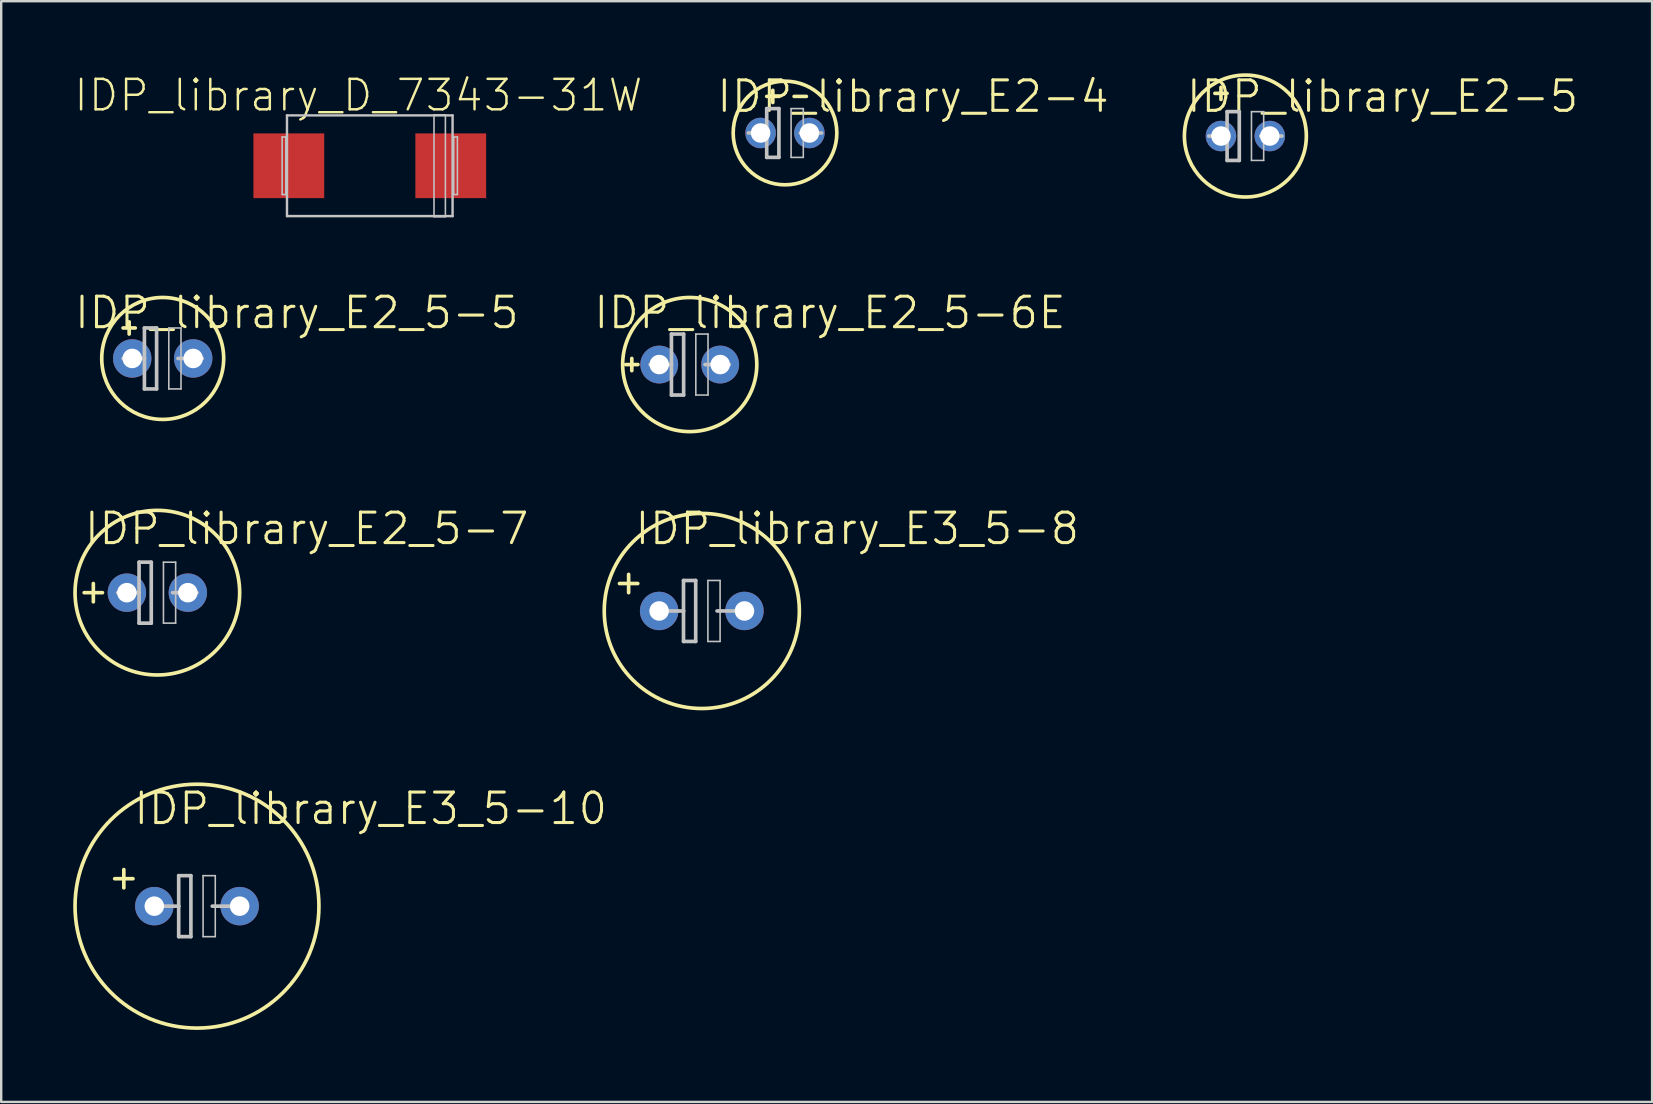
<source format=kicad_pcb>
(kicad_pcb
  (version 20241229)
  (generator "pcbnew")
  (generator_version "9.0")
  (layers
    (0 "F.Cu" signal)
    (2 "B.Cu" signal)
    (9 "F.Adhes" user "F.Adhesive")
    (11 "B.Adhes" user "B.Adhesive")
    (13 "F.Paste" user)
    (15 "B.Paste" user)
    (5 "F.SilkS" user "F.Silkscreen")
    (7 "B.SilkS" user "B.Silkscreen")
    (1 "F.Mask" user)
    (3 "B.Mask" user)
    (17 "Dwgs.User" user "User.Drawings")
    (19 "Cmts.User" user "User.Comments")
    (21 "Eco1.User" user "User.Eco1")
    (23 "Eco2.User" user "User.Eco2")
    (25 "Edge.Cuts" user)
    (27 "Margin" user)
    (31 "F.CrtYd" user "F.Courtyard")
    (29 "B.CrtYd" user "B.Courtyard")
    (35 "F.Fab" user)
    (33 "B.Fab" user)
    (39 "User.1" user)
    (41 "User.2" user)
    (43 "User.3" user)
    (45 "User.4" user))
  (footprint "IDP_library_E2-5"
    (layer "F.Cu")
    (at 48.829 2.617)
    (property "Reference" "IDP_library_E2-5" (at 5.715 -1.651 0) (layer "F.SilkS") (effects (font (size 1.27 1.27) (thickness 0.127))))
    (attr exclude_from_pos_files exclude_from_bom)
    (fp_line (start -1.27 -1.778) (end -0.762 -1.778) (stroke (width 0.152) (type solid)) (layer "F.SilkS"))
    (fp_line (start -1.016 -1.524) (end -1.016 -2.032) (stroke (width 0.152) (type solid)) (layer "F.SilkS"))
    (fp_circle (center 0 0) (end 0 -2.54) (stroke (width 0.152) (type solid)) (fill no) (layer "F.SilkS"))
    (fp_line (start -1.524 0) (end -0.762 0) (stroke (width 0.152) (type solid)) (layer "Dwgs.User"))
    (fp_line (start -0.762 -1.016) (end -0.762 0) (stroke (width 0.152) (type solid)) (layer "Dwgs.User"))
    (fp_line (start -0.762 0) (end -0.762 1.016) (stroke (width 0.152) (type solid)) (layer "Dwgs.User"))
    (fp_line (start -0.762 1.016) (end -0.254 1.016) (stroke (width 0.152) (type solid)) (layer "Dwgs.User"))
    (fp_line (start -0.254 -1.016) (end -0.762 -1.016) (stroke (width 0.152) (type solid)) (layer "Dwgs.User"))
    (fp_line (start -0.254 1.016) (end -0.254 -1.016) (stroke (width 0.152) (type solid)) (layer "Dwgs.User"))
    (fp_line (start 0.254 -1.016) (end 0.762 -1.016) (stroke (width 0.066) (type solid)) (layer "Dwgs.User"))
    (fp_line (start 0.254 1.016) (end 0.254 -1.016) (stroke (width 0.066) (type solid)) (layer "Dwgs.User"))
    (fp_line (start 0.254 1.016) (end 0.762 1.016) (stroke (width 0.066) (type solid)) (layer "Dwgs.User"))
    (fp_line (start 0.635 0) (end 1.524 0) (stroke (width 0.152) (type solid)) (layer "Dwgs.User"))
    (fp_line (start 0.762 1.016) (end 0.762 -1.016) (stroke (width 0.066) (type solid)) (layer "Dwgs.User"))
    (pad "+" thru_hole circle (at -1.016 0) (size 1.27 1.27) (drill 0.813) (layers "*.Cu" "*.Paste" "*.Mask"))
    (pad "-" thru_hole circle (at 1.016 0) (size 1.27 1.27) (drill 0.813) (layers "*.Cu" "*.Paste" "*.Mask")))
  (footprint "IDP_library_E2_5-6E"
    (layer "F.Cu")
    (at 25.682 12.136)
    (property "Reference" "IDP_library_E2_5-6E" (at 5.842 -2.159 0) (layer "F.SilkS") (effects (font (size 1.27 1.27) (thickness 0.127))))
    (attr exclude_from_pos_files exclude_from_bom)
    (fp_line (start -2.413 0.254) (end -2.413 -0.254) (stroke (width 0.152) (type solid)) (layer "F.SilkS"))
    (fp_line (start -2.159 0) (end -2.667 0) (stroke (width 0.152) (type solid)) (layer "F.SilkS"))
    (fp_circle (center 0 0) (end 0 -2.794) (stroke (width 0.152) (type solid)) (fill no) (layer "F.SilkS"))
    (fp_line (start -1.651 0) (end -0.762 0) (stroke (width 0.152) (type solid)) (layer "Dwgs.User"))
    (fp_line (start -0.762 -1.27) (end -0.762 0) (stroke (width 0.152) (type solid)) (layer "Dwgs.User"))
    (fp_line (start -0.762 0) (end -0.762 1.27) (stroke (width 0.152) (type solid)) (layer "Dwgs.User"))
    (fp_line (start -0.762 1.27) (end -0.254 1.27) (stroke (width 0.152) (type solid)) (layer "Dwgs.User"))
    (fp_line (start -0.254 -1.27) (end -0.762 -1.27) (stroke (width 0.152) (type solid)) (layer "Dwgs.User"))
    (fp_line (start -0.254 1.27) (end -0.254 -1.27) (stroke (width 0.152) (type solid)) (layer "Dwgs.User"))
    (fp_line (start 0.254 -1.27) (end 0.762 -1.27) (stroke (width 0.066) (type solid)) (layer "Dwgs.User"))
    (fp_line (start 0.254 1.27) (end 0.254 -1.27) (stroke (width 0.066) (type solid)) (layer "Dwgs.User"))
    (fp_line (start 0.254 1.27) (end 0.762 1.27) (stroke (width 0.066) (type solid)) (layer "Dwgs.User"))
    (fp_line (start 0.635 0) (end 1.651 0) (stroke (width 0.152) (type solid)) (layer "Dwgs.User"))
    (fp_line (start 0.762 1.27) (end 0.762 -1.27) (stroke (width 0.066) (type solid)) (layer "Dwgs.User"))
    (pad "+" thru_hole circle (at -1.27 0) (size 1.575 1.575) (drill 0.813) (layers "*.Cu" "*.Paste" "*.Mask"))
    (pad "-" thru_hole circle (at 1.27 0) (size 1.575 1.575) (drill 0.813) (layers "*.Cu" "*.Paste" "*.Mask")))
  (footprint "IDP_library_E2_5-7"
    (layer "F.Cu")
    (at 3.505 21.639)
    (property "Reference" "IDP_library_E2_5-7" (at 6.223 -2.667 0) (layer "F.SilkS") (effects (font (size 1.27 1.27) (thickness 0.127))))
    (attr exclude_from_pos_files exclude_from_bom)
    (fp_line (start -3.048 0) (end -2.286 0) (stroke (width 0.152) (type solid)) (layer "F.SilkS"))
    (fp_line (start -2.667 0.381) (end -2.667 -0.381) (stroke (width 0.152) (type solid)) (layer "F.SilkS"))
    (fp_circle (center 0 0) (end 0 -3.429) (stroke (width 0.152) (type solid)) (fill no) (layer "F.SilkS"))
    (fp_line (start -1.651 0) (end -0.762 0) (stroke (width 0.152) (type solid)) (layer "Dwgs.User"))
    (fp_line (start -0.762 -1.27) (end -0.762 0) (stroke (width 0.152) (type solid)) (layer "Dwgs.User"))
    (fp_line (start -0.762 0) (end -0.762 1.27) (stroke (width 0.152) (type solid)) (layer "Dwgs.User"))
    (fp_line (start -0.762 1.27) (end -0.254 1.27) (stroke (width 0.152) (type solid)) (layer "Dwgs.User"))
    (fp_line (start -0.254 -1.27) (end -0.762 -1.27) (stroke (width 0.152) (type solid)) (layer "Dwgs.User"))
    (fp_line (start -0.254 1.27) (end -0.254 -1.27) (stroke (width 0.152) (type solid)) (layer "Dwgs.User"))
    (fp_line (start 0.254 -1.27) (end 0.762 -1.27) (stroke (width 0.066) (type solid)) (layer "Dwgs.User"))
    (fp_line (start 0.254 1.27) (end 0.254 -1.27) (stroke (width 0.066) (type solid)) (layer "Dwgs.User"))
    (fp_line (start 0.254 1.27) (end 0.762 1.27) (stroke (width 0.066) (type solid)) (layer "Dwgs.User"))
    (fp_line (start 0.635 0) (end 1.651 0) (stroke (width 0.152) (type solid)) (layer "Dwgs.User"))
    (fp_line (start 0.762 1.27) (end 0.762 -1.27) (stroke (width 0.066) (type solid)) (layer "Dwgs.User"))
    (pad "+" thru_hole circle (at -1.27 0) (size 1.6 1.6) (drill 0.813) (layers "*.Cu" "*.Paste" "*.Mask"))
    (pad "-" thru_hole circle (at 1.27 0) (size 1.6 1.6) (drill 0.813) (layers "*.Cu" "*.Paste" "*.Mask")))
  (footprint "IDP_library_D_7343-31W"
    (layer "F.Cu")
    (at 12.354 3.855)
    (property "Reference" "IDP_library_D_7343-31W" (at -0.475 -2.934 0) (layer "F.SilkS") (effects (font (size 1.27 1.27) (thickness 0.102))))
    (attr smd)
    (fp_line (start -3.65 -1.199) (end -3.498 -1.199) (stroke (width 0.066) (type solid)) (layer "Dwgs.User"))
    (fp_line (start -3.65 1.199) (end -3.65 -1.199) (stroke (width 0.066) (type solid)) (layer "Dwgs.User"))
    (fp_line (start -3.65 1.199) (end -3.498 1.199) (stroke (width 0.066) (type solid)) (layer "Dwgs.User"))
    (fp_line (start -3.498 1.199) (end -3.498 -1.199) (stroke (width 0.066) (type solid)) (layer "Dwgs.User"))
    (fp_line (start -3.449 -2.098) (end 3.449 -2.098) (stroke (width 0.102) (type solid)) (layer "Dwgs.User"))
    (fp_line (start -3.449 2.098) (end -3.449 -2.098) (stroke (width 0.102) (type solid)) (layer "Dwgs.User"))
    (fp_line (start 2.675 -2.123) (end 3.15 -2.123) (stroke (width 0.066) (type solid)) (layer "Dwgs.User"))
    (fp_line (start 2.675 2.123) (end 2.675 -2.123) (stroke (width 0.066) (type solid)) (layer "Dwgs.User"))
    (fp_line (start 2.675 2.123) (end 3.15 2.123) (stroke (width 0.066) (type solid)) (layer "Dwgs.User"))
    (fp_line (start 3.15 2.123) (end 3.15 -2.123) (stroke (width 0.066) (type solid)) (layer "Dwgs.User"))
    (fp_line (start 3.449 -2.098) (end 3.449 2.098) (stroke (width 0.102) (type solid)) (layer "Dwgs.User"))
    (fp_line (start 3.449 2.098) (end -3.449 2.098) (stroke (width 0.102) (type solid)) (layer "Dwgs.User"))
    (fp_line (start 3.498 -1.199) (end 3.65 -1.199) (stroke (width 0.066) (type solid)) (layer "Dwgs.User"))
    (fp_line (start 3.498 1.199) (end 3.498 -1.199) (stroke (width 0.066) (type solid)) (layer "Dwgs.User"))
    (fp_line (start 3.498 1.199) (end 3.65 1.199) (stroke (width 0.066) (type solid)) (layer "Dwgs.User"))
    (fp_line (start 3.65 1.199) (end 3.65 -1.199) (stroke (width 0.066) (type solid)) (layer "Dwgs.User"))
    (pad "+" smd rect (at 3.373 0) (size 2.949 2.697) (layers "F.Cu" "F.Mask" "F.Paste"))
    (pad "-" smd rect (at -3.373 0) (size 2.949 2.697) (layers "F.Cu" "F.Mask" "F.Paste")))
  (footprint "IDP_library_E2-4"
    (layer "F.Cu")
    (at 29.651 2.49)
    (property "Reference" "IDP_library_E2-4" (at 5.334 -1.524 0) (layer "F.SilkS") (effects (font (size 1.27 1.27) (thickness 0.127))))
    (attr exclude_from_pos_files exclude_from_bom)
    (fp_line (start -0.762 -1.524) (end -0.254 -1.524) (stroke (width 0.152) (type solid)) (layer "F.SilkS"))
    (fp_line (start -0.508 -1.27) (end -0.508 -1.778) (stroke (width 0.152) (type solid)) (layer "F.SilkS"))
    (fp_line (start 0.381 -1.524) (end 0.889 -1.524) (stroke (width 0.152) (type solid)) (layer "F.SilkS"))
    (fp_circle (center 0 0) (end 0 -2.159) (stroke (width 0.152) (type solid)) (fill no) (layer "F.SilkS"))
    (fp_line (start -1.524 0) (end -0.762 0) (stroke (width 0.152) (type solid)) (layer "Dwgs.User"))
    (fp_line (start -0.762 -1.016) (end -0.762 0) (stroke (width 0.152) (type solid)) (layer "Dwgs.User"))
    (fp_line (start -0.762 0) (end -0.762 1.016) (stroke (width 0.152) (type solid)) (layer "Dwgs.User"))
    (fp_line (start -0.762 1.016) (end -0.254 1.016) (stroke (width 0.152) (type solid)) (layer "Dwgs.User"))
    (fp_line (start -0.254 -1.016) (end -0.762 -1.016) (stroke (width 0.152) (type solid)) (layer "Dwgs.User"))
    (fp_line (start -0.254 1.016) (end -0.254 -1.016) (stroke (width 0.152) (type solid)) (layer "Dwgs.User"))
    (fp_line (start 0.254 -1.016) (end 0.762 -1.016) (stroke (width 0.066) (type solid)) (layer "Dwgs.User"))
    (fp_line (start 0.254 1.016) (end 0.254 -1.016) (stroke (width 0.066) (type solid)) (layer "Dwgs.User"))
    (fp_line (start 0.254 1.016) (end 0.762 1.016) (stroke (width 0.066) (type solid)) (layer "Dwgs.User"))
    (fp_line (start 0.635 0) (end 1.524 0) (stroke (width 0.152) (type solid)) (layer "Dwgs.User"))
    (fp_line (start 0.762 1.016) (end 0.762 -1.016) (stroke (width 0.066) (type solid)) (layer "Dwgs.User"))
    (pad "+" thru_hole circle (at -1.016 0) (size 1.27 1.27) (drill 0.813) (layers "*.Cu" "*.Paste" "*.Mask"))
    (pad "-" thru_hole circle (at 1.016 0) (size 1.27 1.27) (drill 0.813) (layers "*.Cu" "*.Paste" "*.Mask")))
  (footprint "IDP_library_E3_5-10"
    (layer "F.Cu")
    (at 5.156 34.698)
    (property "Reference" "IDP_library_E3_5-10" (at 7.236 -4.064 0) (layer "F.SilkS") (effects (font (size 1.27 1.27) (thickness 0.127))))
    (attr exclude_from_pos_files exclude_from_bom)
    (fp_line (start -3.429 -1.143) (end -2.667 -1.143) (stroke (width 0.152) (type solid)) (layer "F.SilkS"))
    (fp_line (start -3.048 -0.762) (end -3.048 -1.524) (stroke (width 0.152) (type solid)) (layer "F.SilkS"))
    (fp_circle (center 0 0) (end 0 -5.08) (stroke (width 0.152) (type solid)) (fill no) (layer "F.SilkS"))
    (fp_line (start -1.651 0) (end -0.762 0) (stroke (width 0.152) (type solid)) (layer "Dwgs.User"))
    (fp_line (start -0.762 -1.27) (end -0.762 0) (stroke (width 0.152) (type solid)) (layer "Dwgs.User"))
    (fp_line (start -0.762 0) (end -0.762 1.27) (stroke (width 0.152) (type solid)) (layer "Dwgs.User"))
    (fp_line (start -0.762 1.27) (end -0.254 1.27) (stroke (width 0.152) (type solid)) (layer "Dwgs.User"))
    (fp_line (start -0.254 -1.27) (end -0.762 -1.27) (stroke (width 0.152) (type solid)) (layer "Dwgs.User"))
    (fp_line (start -0.254 1.27) (end -0.254 -1.27) (stroke (width 0.152) (type solid)) (layer "Dwgs.User"))
    (fp_line (start 0.254 -1.27) (end 0.762 -1.27) (stroke (width 0.066) (type solid)) (layer "Dwgs.User"))
    (fp_line (start 0.254 1.27) (end 0.254 -1.27) (stroke (width 0.066) (type solid)) (layer "Dwgs.User"))
    (fp_line (start 0.254 1.27) (end 0.762 1.27) (stroke (width 0.066) (type solid)) (layer "Dwgs.User"))
    (fp_line (start 0.635 0) (end 1.651 0) (stroke (width 0.152) (type solid)) (layer "Dwgs.User"))
    (fp_line (start 0.762 1.27) (end 0.762 -1.27) (stroke (width 0.066) (type solid)) (layer "Dwgs.User"))
    (pad "+" thru_hole circle (at -1.778 0) (size 1.6 1.6) (drill 0.813) (layers "*.Cu" "*.Paste" "*.Mask"))
    (pad "-" thru_hole circle (at 1.778 0) (size 1.6 1.6) (drill 0.813) (layers "*.Cu" "*.Paste" "*.Mask")))
  (footprint "IDP_library_E3_5-8"
    (layer "F.Cu")
    (at 26.185 22.401)
    (property "Reference" "IDP_library_E3_5-8" (at 6.477 -3.429 0) (layer "F.SilkS") (effects (font (size 1.27 1.27) (thickness 0.127))))
    (attr exclude_from_pos_files exclude_from_bom)
    (fp_line (start -3.429 -1.143) (end -2.667 -1.143) (stroke (width 0.152) (type solid)) (layer "F.SilkS"))
    (fp_line (start -3.048 -0.762) (end -3.048 -1.524) (stroke (width 0.152) (type solid)) (layer "F.SilkS"))
    (fp_circle (center 0 0) (end 0 -4.064) (stroke (width 0.152) (type solid)) (fill no) (layer "F.SilkS"))
    (fp_line (start -1.651 0) (end -0.762 0) (stroke (width 0.152) (type solid)) (layer "Dwgs.User"))
    (fp_line (start -0.762 -1.27) (end -0.762 0) (stroke (width 0.152) (type solid)) (layer "Dwgs.User"))
    (fp_line (start -0.762 0) (end -0.762 1.27) (stroke (width 0.152) (type solid)) (layer "Dwgs.User"))
    (fp_line (start -0.762 1.27) (end -0.254 1.27) (stroke (width 0.152) (type solid)) (layer "Dwgs.User"))
    (fp_line (start -0.254 -1.27) (end -0.762 -1.27) (stroke (width 0.152) (type solid)) (layer "Dwgs.User"))
    (fp_line (start -0.254 1.27) (end -0.254 -1.27) (stroke (width 0.152) (type solid)) (layer "Dwgs.User"))
    (fp_line (start 0.254 -1.27) (end 0.762 -1.27) (stroke (width 0.066) (type solid)) (layer "Dwgs.User"))
    (fp_line (start 0.254 1.27) (end 0.254 -1.27) (stroke (width 0.066) (type solid)) (layer "Dwgs.User"))
    (fp_line (start 0.254 1.27) (end 0.762 1.27) (stroke (width 0.066) (type solid)) (layer "Dwgs.User"))
    (fp_line (start 0.635 0) (end 1.651 0) (stroke (width 0.152) (type solid)) (layer "Dwgs.User"))
    (fp_line (start 0.762 1.27) (end 0.762 -1.27) (stroke (width 0.066) (type solid)) (layer "Dwgs.User"))
    (pad "+" thru_hole circle (at -1.778 0) (size 1.6 1.6) (drill 0.813) (layers "*.Cu" "*.Paste" "*.Mask"))
    (pad "-" thru_hole circle (at 1.778 0) (size 1.6 1.6) (drill 0.813) (layers "*.Cu" "*.Paste" "*.Mask")))
  (footprint "IDP_library_E2_5-5"
    (layer "F.Cu")
    (at 3.728 11.882)
    (property "Reference" "IDP_library_E2_5-5" (at 5.588 -1.905 0) (layer "F.SilkS") (effects (font (size 1.27 1.27) (thickness 0.127))))
    (attr exclude_from_pos_files exclude_from_bom)
    (fp_line (start -1.651 -1.27) (end -1.397 -1.27) (stroke (width 0.152) (type solid)) (layer "F.SilkS"))
    (fp_line (start -1.397 -1.27) (end -1.397 -1.524) (stroke (width 0.152) (type solid)) (layer "F.SilkS"))
    (fp_line (start -1.397 -1.27) (end -1.143 -1.27) (stroke (width 0.152) (type solid)) (layer "F.SilkS"))
    (fp_line (start -1.397 -1.016) (end -1.397 -1.27) (stroke (width 0.152) (type solid)) (layer "F.SilkS"))
    (fp_circle (center 0 0) (end 0 -2.54) (stroke (width 0.152) (type solid)) (fill no) (layer "F.SilkS"))
    (fp_line (start -1.651 0) (end -0.762 0) (stroke (width 0.152) (type solid)) (layer "Dwgs.User"))
    (fp_line (start -0.762 -1.27) (end -0.762 0) (stroke (width 0.152) (type solid)) (layer "Dwgs.User"))
    (fp_line (start -0.762 0) (end -0.762 1.27) (stroke (width 0.152) (type solid)) (layer "Dwgs.User"))
    (fp_line (start -0.762 1.27) (end -0.254 1.27) (stroke (width 0.152) (type solid)) (layer "Dwgs.User"))
    (fp_line (start -0.254 -1.27) (end -0.762 -1.27) (stroke (width 0.152) (type solid)) (layer "Dwgs.User"))
    (fp_line (start -0.254 1.27) (end -0.254 -1.27) (stroke (width 0.152) (type solid)) (layer "Dwgs.User"))
    (fp_line (start 0.254 -1.27) (end 0.762 -1.27) (stroke (width 0.066) (type solid)) (layer "Dwgs.User"))
    (fp_line (start 0.254 1.27) (end 0.254 -1.27) (stroke (width 0.066) (type solid)) (layer "Dwgs.User"))
    (fp_line (start 0.254 1.27) (end 0.762 1.27) (stroke (width 0.066) (type solid)) (layer "Dwgs.User"))
    (fp_line (start 0.635 0) (end 1.651 0) (stroke (width 0.152) (type solid)) (layer "Dwgs.User"))
    (fp_line (start 0.762 1.27) (end 0.762 -1.27) (stroke (width 0.066) (type solid)) (layer "Dwgs.User"))
    (pad "+" thru_hole circle (at -1.27 0) (size 1.6 1.6) (drill 0.813) (layers "*.Cu" "*.Paste" "*.Mask"))
    (pad "-" thru_hole circle (at 1.27 0) (size 1.6 1.6) (drill 0.813) (layers "*.Cu" "*.Paste" "*.Mask")))
  (gr_rect
    (start -3 -3)
    (end 65.772 42.854)
    (stroke (width 0.1) (type default))
    (fill no)
    (layer "Edge.Cuts")))
</source>
